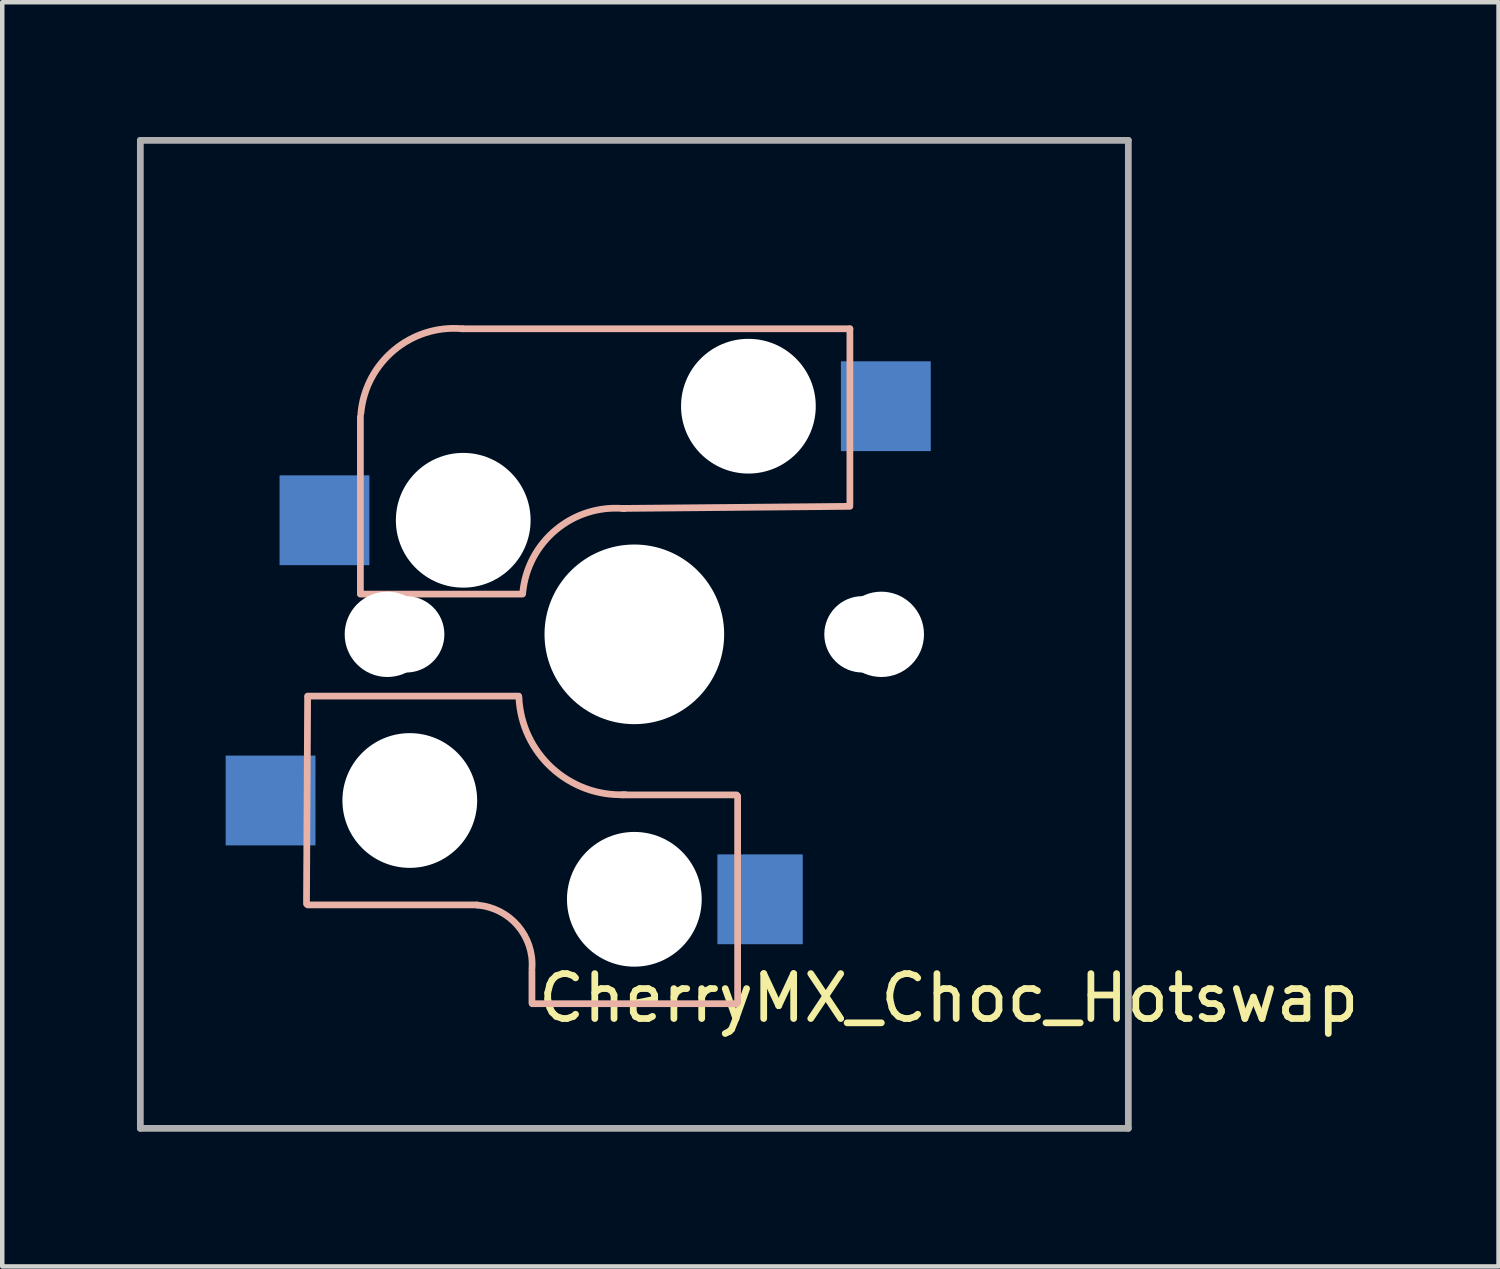
<source format=kicad_pcb>
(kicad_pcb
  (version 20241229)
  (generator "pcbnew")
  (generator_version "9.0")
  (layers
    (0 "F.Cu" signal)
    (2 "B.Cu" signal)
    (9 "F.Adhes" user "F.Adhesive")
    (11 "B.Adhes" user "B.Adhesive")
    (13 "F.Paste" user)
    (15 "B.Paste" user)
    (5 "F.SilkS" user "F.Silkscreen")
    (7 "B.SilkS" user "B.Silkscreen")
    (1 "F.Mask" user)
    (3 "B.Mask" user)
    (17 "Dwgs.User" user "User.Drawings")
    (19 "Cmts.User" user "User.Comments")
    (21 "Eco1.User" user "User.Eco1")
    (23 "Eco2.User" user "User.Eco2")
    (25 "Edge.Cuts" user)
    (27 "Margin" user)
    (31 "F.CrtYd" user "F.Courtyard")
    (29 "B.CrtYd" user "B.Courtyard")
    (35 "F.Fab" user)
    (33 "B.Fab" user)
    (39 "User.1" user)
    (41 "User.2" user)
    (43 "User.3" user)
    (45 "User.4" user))
  (footprint "CherryMX_Choc_Hotswap"
    (layer "F.Cu")
    (at 11.075 11.075)
    (property "Reference" "CherryMX_Choc_Hotswap" (at 7 8.1 0) (layer "F.SilkS") (effects (font (size 1 1) (thickness 0.15))))
    (attr through_hole)
    (fp_line (start -7.275 1.4) (end -7.3 6) (stroke (width 0.15) (type solid)) (layer "B.SilkS"))
    (fp_line (start -6.1 -4.85) (end -6.1 -0.905) (stroke (width 0.15) (type solid)) (layer "B.SilkS"))
    (fp_line (start -6.1 -0.896) (end -2.49 -0.896) (stroke (width 0.15) (type solid)) (layer "B.SilkS"))
    (fp_line (start -3.5 6.025) (end -7.275 6.025) (stroke (width 0.15) (type solid)) (layer "B.SilkS"))
    (fp_line (start -2.575 1.375) (end -7.275 1.375) (stroke (width 0.15) (type solid)) (layer "B.SilkS"))
    (fp_line (start -2.28 7.5) (end -2.28 8.2) (stroke (width 0.15) (type solid)) (layer "B.SilkS"))
    (fp_line (start 2.275 3.575) (end -0.275 3.575) (stroke (width 0.15) (type solid)) (layer "B.SilkS"))
    (fp_line (start 2.275 8.225) (end -2.275 8.225) (stroke (width 0.15) (type solid)) (layer "B.SilkS"))
    (fp_line (start 2.3 3.6) (end 2.3 8.2) (stroke (width 0.15) (type solid)) (layer "B.SilkS"))
    (fp_line (start 4.8 -6.804) (end -3.825 -6.804) (stroke (width 0.15) (type solid)) (layer "B.SilkS"))
    (fp_line (start 4.8 -2.896) (end 4.8 -6.804) (stroke (width 0.15) (type solid)) (layer "B.SilkS"))
    (fp_line (start 4.8 -2.85) (end -0.25 -2.804) (stroke (width 0.15) (type solid)) (layer "B.SilkS"))
    (fp_arc (start -6.089 -4.92) (mid -5.347189 -6.33089) (end -3.825 -6.804) (stroke (width 0.15) (type solid)) (layer "B.SilkS"))
    (fp_arc (start -3.5 6.03) (mid -2.595908 6.48733) (end -2.28 7.45) (stroke (width 0.15) (type solid)) (layer "B.SilkS"))
    (fp_arc (start -2.485 -0.92) (mid -1.744361 -2.328061) (end -0.225 -2.8) (stroke (width 0.15) (type solid)) (layer "B.SilkS"))
    (fp_arc (start -0.2 3.57) (mid -1.834422 2.975843) (end -2.57 1.4) (stroke (width 0.15) (type solid)) (layer "B.SilkS"))
    (fp_line (start -9 -9) (end 9 -9) (stroke (width 0.15) (type solid)) (layer "Eco2.User"))
    (fp_line (start -9 9) (end -9 -9) (stroke (width 0.15) (type solid)) (layer "Eco2.User"))
    (fp_line (start -7 -7) (end 7 -7) (stroke (width 0.15) (type solid)) (layer "Eco2.User"))
    (fp_line (start -7 7) (end -7 -7) (stroke (width 0.15) (type solid)) (layer "Eco2.User"))
    (fp_line (start 7 -7) (end 7 7) (stroke (width 0.15) (type solid)) (layer "Eco2.User"))
    (fp_line (start 7 7) (end -7 7) (stroke (width 0.15) (type solid)) (layer "Eco2.User"))
    (fp_line (start 9 -9) (end 9 9) (stroke (width 0.15) (type solid)) (layer "Eco2.User"))
    (fp_line (start 9 9) (end -9 9) (stroke (width 0.15) (type solid)) (layer "Eco2.User"))
    (fp_line (start -11 -11) (end -11 11) (stroke (width 0.15) (type solid)) (layer "F.Fab"))
    (fp_line (start -11 11) (end 11 11) (stroke (width 0.15) (type solid)) (layer "F.Fab"))
    (fp_line (start 11 -11) (end -11 -11) (stroke (width 0.15) (type solid)) (layer "F.Fab"))
    (fp_line (start 11 11) (end 11 -11) (stroke (width 0.15) (type solid)) (layer "F.Fab"))
    (pad "" np_thru_hole circle (at -5.5 0 90) (size 1.9 1.9) (drill 1.9) (layers "*.Cu" "*.Mask"))
    (pad "" np_thru_hole circle (at -5.08 0) (size 1.7 1.7) (drill 1.7) (layers "*.Cu" "*.Mask"))
    (pad "" np_thru_hole circle (at -5 3.7 90) (size 3 3) (drill 3) (layers "*.Cu" "*.Mask"))
    (pad "" np_thru_hole circle (at -3.81 -2.54 180) (size 3 3) (drill 3) (layers "*.Cu" "*.Mask"))
    (pad "" np_thru_hole circle (at 0 0 90) (size 4 4) (drill 4) (layers "*.Cu" "*.Mask"))
    (pad "" np_thru_hole circle (at 0 5.9 90) (size 3 3) (drill 3) (layers "*.Cu" "*.Mask"))
    (pad "" np_thru_hole circle (at 2.54 -5.08 180) (size 3 3) (drill 3) (layers "*.Cu" "*.Mask"))
    (pad "" np_thru_hole circle (at 5.08 0) (size 1.7 1.7) (drill 1.7) (layers "*.Cu" "*.Mask"))
    (pad "" np_thru_hole circle (at 5.5 0 90) (size 1.9 1.9) (drill 1.9) (layers "*.Cu" "*.Mask"))
    (pad "1" smd rect (at -8.1 3.7 180) (size 2 2) (layers "B.Cu" "B.Mask" "B.Paste"))
    (pad "1" smd rect (at -6.9 -2.54 180) (size 2 2) (layers "B.Cu" "B.Mask" "B.Paste"))
    (pad "2" smd rect (at 2.8 5.9 180) (size 1.9 2) (layers "B.Cu" "B.Mask" "B.Paste"))
    (pad "2" smd rect (at 5.6 -5.08 180) (size 2 2) (layers "B.Cu" "B.Mask" "B.Paste")))
  (gr_rect
    (start -3 -3)
    (end 30.319 25.15)
    (stroke (width 0.1) (type default))
    (fill no)
    (layer "Edge.Cuts")))
</source>
